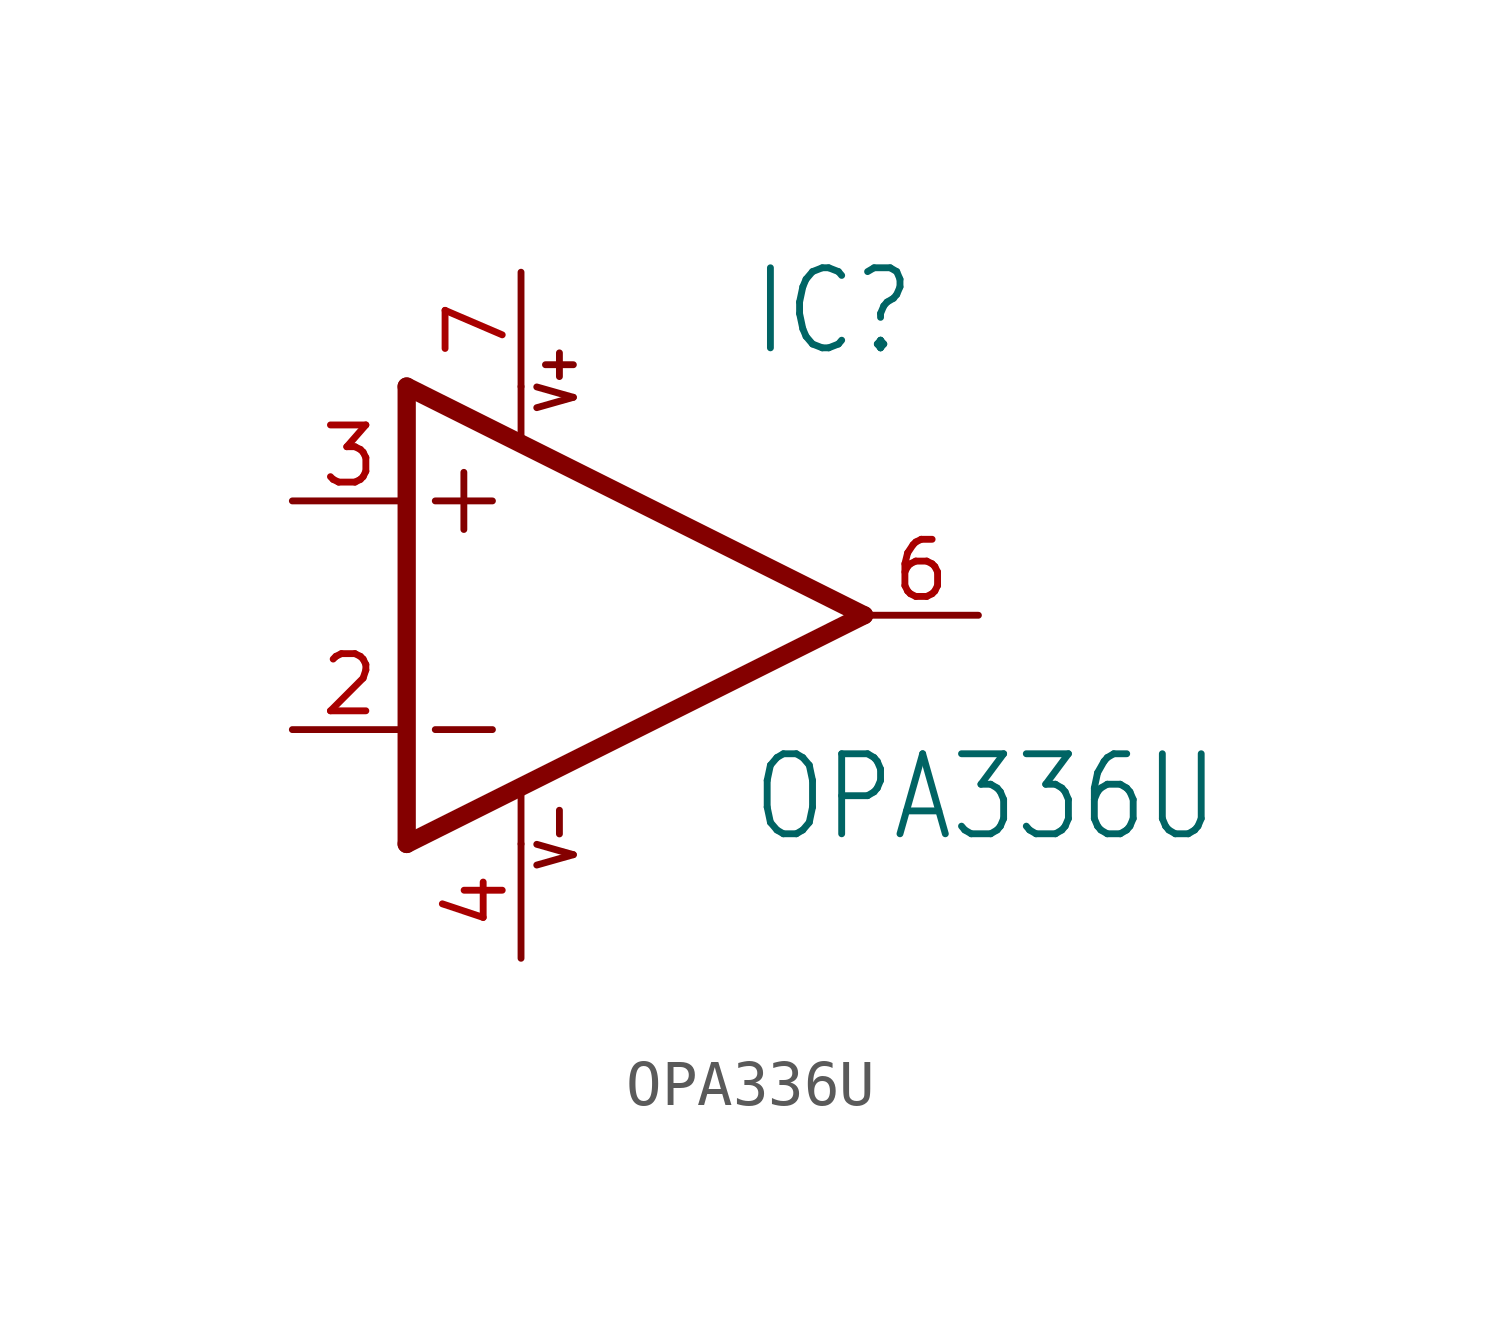
<source format=kicad_sym>
(kicad_symbol_lib
  (version 20201005)
  (generator kicad_symbol_editor)
  (symbol "OPA336U"
    (property "Reference" "IC"
      (at 2.54 5.715 0)
      (effects (font (size 1.778 1.511)) (justify left bottom)))
    (property "Value" "OPA336U"
      (at 2.54 -5.08 0)
      (effects (font (size 1.778 1.511)) (justify left bottom)))
    (property "ki_locked" ""
      (at 0 0 0)
      (effects (font (size 1.27 1.27))))
    (symbol "OPA336U_1_0"
      (text "V+" (at -1.27 4.445 900) (effects (font (size 0.813 0.691)) (justify left bottom)))
      (text "V-" (at -1.27 -5.715 900) (effects (font (size 0.813 0.691)) (justify left bottom)))
      (polyline (pts (xy -3.81 3.175) (xy -3.81 1.905)) (stroke (width 0.152)) (fill (type none)))
      (polyline (pts (xy -4.445 2.54) (xy -3.175 2.54)) (stroke (width 0.152)) (fill (type none)))
      (polyline (pts (xy -4.445 -2.54) (xy -3.175 -2.54)) (stroke (width 0.152)) (fill (type none)))
      (polyline (pts (xy -2.54 5.08) (xy -2.54 3.886)) (stroke (width 0.152)) (fill (type none)))
      (polyline (pts (xy -2.54 -3.912) (xy -2.54 -5.08)) (stroke (width 0.152)) (fill (type none)))
      (polyline (pts (xy 5.08 0) (xy -5.08 5.08)) (stroke (width 0.406)) (fill (type none)))
      (polyline (pts (xy -5.08 5.08) (xy -5.08 -5.08)) (stroke (width 0.406)) (fill (type none)))
      (polyline (pts (xy -5.08 -5.08) (xy 5.08 0)) (stroke (width 0.406)) (fill (type none)))
      (pin input line (at -7.62 -2.54 0) (length 2.54) (name "-IN" (effects (font (size 0 0)))) (number "2" (effects (font (size 1.27 1.27)))))
      (pin input line (at -7.62 2.54 0) (length 2.54) (name "+IN" (effects (font (size 0 0)))) (number "3" (effects (font (size 1.27 1.27)))))
      (pin output line (at 7.62 0 180) (length 2.54) (name "OUT" (effects (font (size 0 0)))) (number "6" (effects (font (size 1.27 1.27)))))
      (pin power_in line (at -2.54 7.62 270) (length 2.54) (name "V+" (effects (font (size 0 0)))) (number "7" (effects (font (size 1.27 1.27)))))
      (pin power_in line (at -2.54 -7.62 90) (length 2.54) (name "V-" (effects (font (size 0 0)))) (number "4" (effects (font (size 1.27 1.27))))))))
</source>
